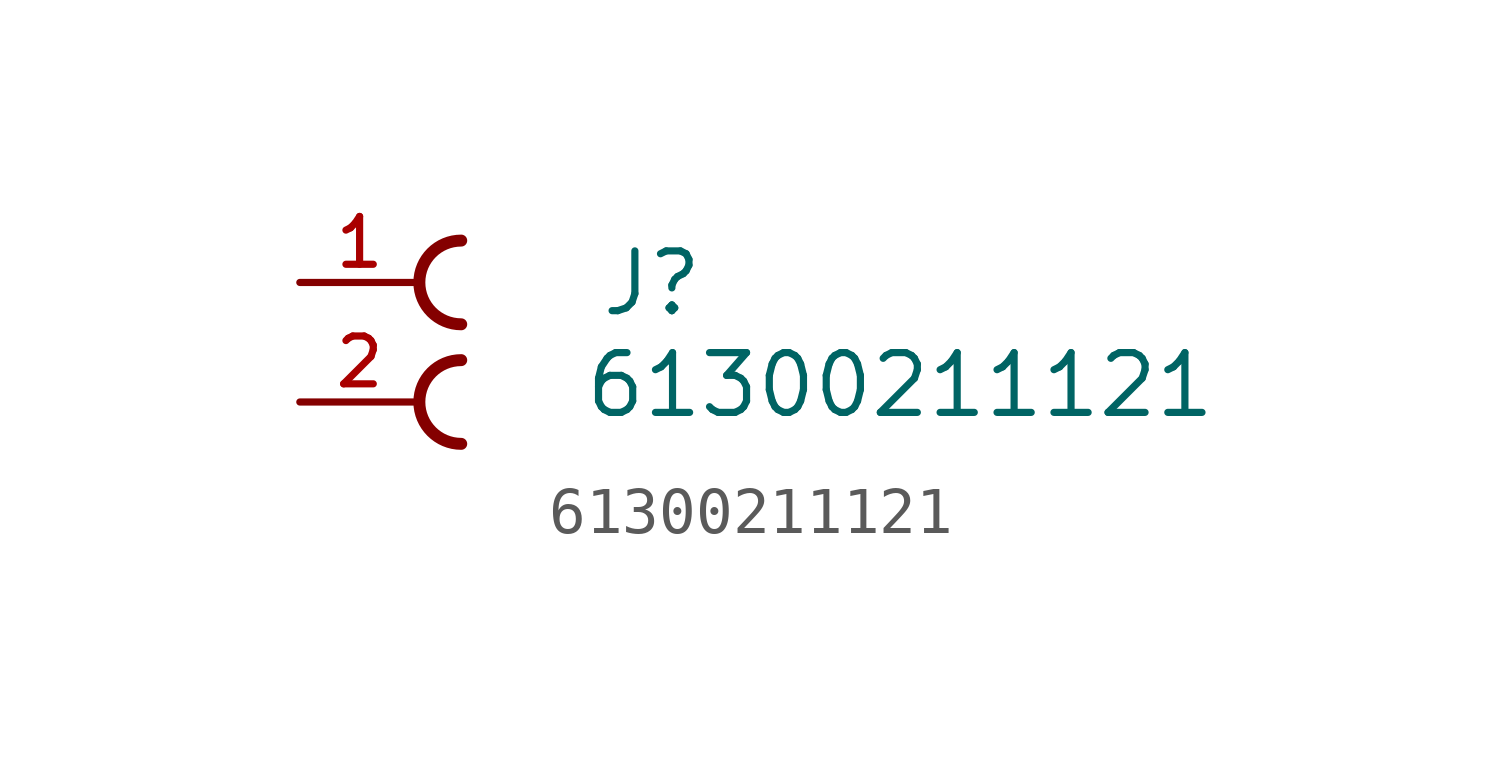
<source format=kicad_sym>
(kicad_symbol_lib
  (version 20211014)
  (generator kicad_symbol_editor)
  (symbol "61300211121"
    (pin_names
      (offset 1.016))
    (property "Reference" "J"
      (at 3.813 -0.763 0)
      (effects (font (size 1.27 1.27)) (justify bottom left)))
    (property "Value" "61300211121"
      (at 3.464 -2.924 0)
      (effects (font (size 1.27 1.27)) (justify bottom left)))
    (symbol "61300211121_0_0"
      (arc (start 0.889 -0.889) (mid 0.0 0.0) (end 0.889 0.889) (stroke (width 0.254) (type default) (color 0 0 0 0)) (fill (type none)))
      (arc (start 0.889 -3.429) (mid 0.0 -2.54) (end 0.889 -1.651) (stroke (width 0.254) (type default) (color 0 0 0 0)) (fill (type none)))
      (pin passive line (at -2.54 0.0 0) (length 2.54) (name "~" (effects (font (size 1.016 1.016)))) (number "1" (effects (font (size 1.016 1.016)))))
      (pin passive line (at -2.54 -2.54 0) (length 2.54) (name "~" (effects (font (size 1.016 1.016)))) (number "2" (effects (font (size 1.016 1.016))))))))
</source>
